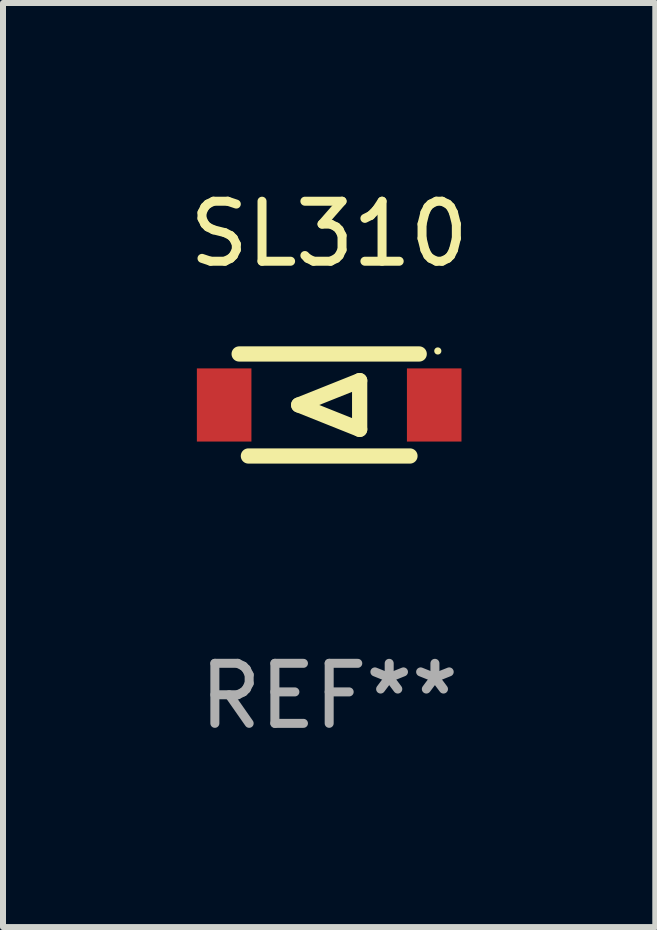
<source format=kicad_pcb>
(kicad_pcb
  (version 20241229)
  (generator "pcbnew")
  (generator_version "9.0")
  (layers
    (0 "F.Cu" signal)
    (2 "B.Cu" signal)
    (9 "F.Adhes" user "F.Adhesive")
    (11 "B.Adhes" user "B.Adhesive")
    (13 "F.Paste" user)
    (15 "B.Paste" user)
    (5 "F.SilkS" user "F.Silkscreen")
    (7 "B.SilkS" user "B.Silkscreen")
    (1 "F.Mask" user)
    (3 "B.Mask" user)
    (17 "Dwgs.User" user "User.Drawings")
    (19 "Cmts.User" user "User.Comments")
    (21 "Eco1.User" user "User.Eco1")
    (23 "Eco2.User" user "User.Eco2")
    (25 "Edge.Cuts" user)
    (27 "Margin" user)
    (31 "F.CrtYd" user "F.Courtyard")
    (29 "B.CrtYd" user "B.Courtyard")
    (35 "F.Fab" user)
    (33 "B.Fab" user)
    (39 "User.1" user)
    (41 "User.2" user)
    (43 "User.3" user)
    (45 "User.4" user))
  (footprint "SL310"
    (layer "F.Cu")
    (at 2.435 3.698)
    (property "Reference" "SL310" (at 0 -2.85 0) (layer "F.SilkS") (effects (font (size 1 1) (thickness 0.15))))
    (attr through_hole)
    (fp_line (start -1.5 -0.85) (end 1.5 -0.85) (stroke (width 0.254) (type solid)) (layer "F.SilkS"))
    (fp_line (start -0.508 0) (end 0.508 -0.406) (stroke (width 0.254) (type solid)) (layer "F.SilkS"))
    (fp_line (start 0.508 -0.406) (end 0.508 0.406) (stroke (width 0.254) (type solid)) (layer "F.SilkS"))
    (fp_line (start 0.508 0.406) (end -0.508 0) (stroke (width 0.254) (type solid)) (layer "F.SilkS"))
    (fp_line (start 1.346 0.85) (end -1.346 0.85) (stroke (width 0.254) (type solid)) (layer "F.SilkS"))
    (fp_circle (center 1.81 -0.9) (end 1.84 -0.9) (stroke (width 0.06) (type solid)) (fill no) (layer "F.SilkS"))
    (fp_text user "REF**" (at 0 4.85 0) (layer "F.Fab") (effects (font (size 1 1) (thickness 0.15))))
    (pad "1" smd rect (at 1.75 0) (size 0.909 1.219) (layers "F.Cu" "F.Mask" "F.Paste"))
    (pad "2" smd rect (at -1.75 0) (size 0.909 1.219) (layers "F.Cu" "F.Mask" "F.Paste")))
  (gr_rect
    (start -3 -3)
    (end 7.869 12.397)
    (stroke (width 0.1) (type default))
    (fill no)
    (layer "Edge.Cuts")))
</source>
